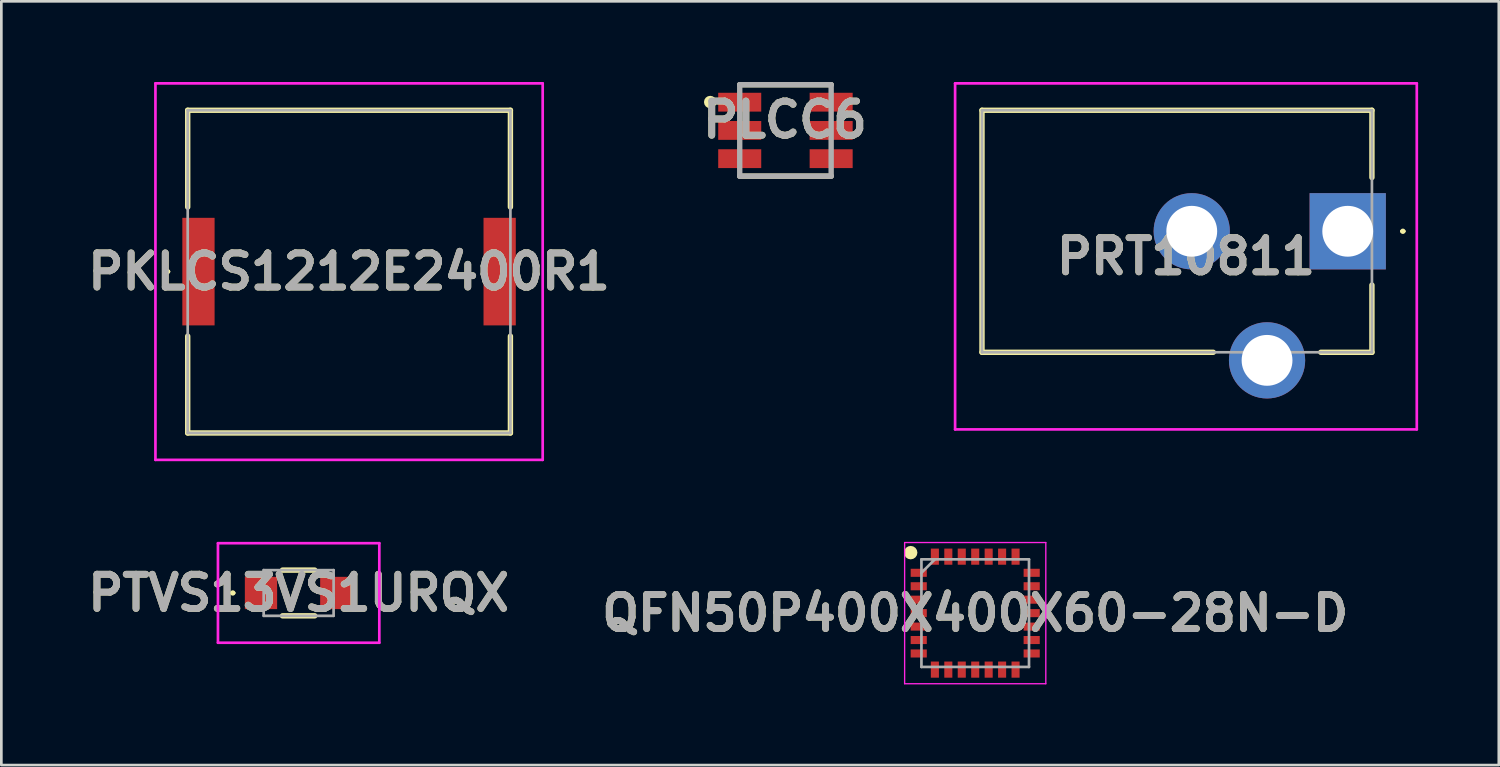
<source format=kicad_pcb>
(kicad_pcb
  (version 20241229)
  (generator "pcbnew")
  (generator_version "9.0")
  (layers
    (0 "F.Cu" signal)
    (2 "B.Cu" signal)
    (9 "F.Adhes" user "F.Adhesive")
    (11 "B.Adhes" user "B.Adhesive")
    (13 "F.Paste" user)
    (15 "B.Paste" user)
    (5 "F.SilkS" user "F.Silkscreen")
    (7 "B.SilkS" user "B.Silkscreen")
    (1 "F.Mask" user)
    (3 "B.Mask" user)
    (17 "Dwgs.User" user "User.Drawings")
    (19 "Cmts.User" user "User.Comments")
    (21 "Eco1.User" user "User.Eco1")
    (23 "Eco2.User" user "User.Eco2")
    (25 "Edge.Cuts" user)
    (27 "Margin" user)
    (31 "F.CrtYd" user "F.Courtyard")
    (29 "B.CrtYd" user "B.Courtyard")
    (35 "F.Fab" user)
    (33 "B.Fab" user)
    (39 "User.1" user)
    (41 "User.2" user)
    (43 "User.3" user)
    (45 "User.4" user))
  (footprint "QFN50P400X400X60-28N-D"
    (layer "F.Cu")
    (at 33.214 19.75)
    (property "Reference" "QFN50P400X400X60-28N-D" (at 0 0 0) (layer "F.SilkS") (effects (font (size 1.27 1.27) (thickness 0.254))))
    (attr smd)
    (fp_circle (center -2.4 -2.25) (end -2.4 -2.125) (stroke (width 0.25) (type solid)) (fill no) (layer "F.SilkS"))
    (fp_line (start -2.625 -2.625) (end 2.625 -2.625) (stroke (width 0.05) (type solid)) (layer "F.CrtYd"))
    (fp_line (start -2.625 2.625) (end -2.625 -2.625) (stroke (width 0.05) (type solid)) (layer "F.CrtYd"))
    (fp_line (start 2.625 -2.625) (end 2.625 2.625) (stroke (width 0.05) (type solid)) (layer "F.CrtYd"))
    (fp_line (start 2.625 2.625) (end -2.625 2.625) (stroke (width 0.05) (type solid)) (layer "F.CrtYd"))
    (fp_line (start -2 -2) (end 2 -2) (stroke (width 0.1) (type solid)) (layer "F.Fab"))
    (fp_line (start -2 -1.5) (end -1.5 -2) (stroke (width 0.1) (type solid)) (layer "F.Fab"))
    (fp_line (start -2 2) (end -2 -2) (stroke (width 0.1) (type solid)) (layer "F.Fab"))
    (fp_line (start 2 -2) (end 2 2) (stroke (width 0.1) (type solid)) (layer "F.Fab"))
    (fp_line (start 2 2) (end -2 2) (stroke (width 0.1) (type solid)) (layer "F.Fab"))
    (fp_text user "${REFERENCE}" (at 0 0 0) (layer "F.Fab") (effects (font (size 1.27 1.27) (thickness 0.254))))
    (pad "1" smd rect (at -2.1 -1.5 90) (size 0.3 0.6) (layers "F.Cu" "F.Mask" "F.Paste"))
    (pad "2" smd rect (at -2.1 -1 90) (size 0.3 0.6) (layers "F.Cu" "F.Mask" "F.Paste"))
    (pad "3" smd rect (at -2.1 -0.5 90) (size 0.3 0.6) (layers "F.Cu" "F.Mask" "F.Paste"))
    (pad "4" smd rect (at -2.1 0 90) (size 0.3 0.6) (layers "F.Cu" "F.Mask" "F.Paste"))
    (pad "5" smd rect (at -2.1 0.5 90) (size 0.3 0.6) (layers "F.Cu" "F.Mask" "F.Paste"))
    (pad "6" smd rect (at -2.1 1 90) (size 0.3 0.6) (layers "F.Cu" "F.Mask" "F.Paste"))
    (pad "7" smd rect (at -2.1 1.5 90) (size 0.3 0.6) (layers "F.Cu" "F.Mask" "F.Paste"))
    (pad "8" smd rect (at -1.5 2.1) (size 0.3 0.6) (layers "F.Cu" "F.Mask" "F.Paste"))
    (pad "9" smd rect (at -1 2.1) (size 0.3 0.6) (layers "F.Cu" "F.Mask" "F.Paste"))
    (pad "10" smd rect (at -0.5 2.1) (size 0.3 0.6) (layers "F.Cu" "F.Mask" "F.Paste"))
    (pad "11" smd rect (at 0 2.1) (size 0.3 0.6) (layers "F.Cu" "F.Mask" "F.Paste"))
    (pad "12" smd rect (at 0.5 2.1) (size 0.3 0.6) (layers "F.Cu" "F.Mask" "F.Paste"))
    (pad "13" smd rect (at 1 2.1) (size 0.3 0.6) (layers "F.Cu" "F.Mask" "F.Paste"))
    (pad "14" smd rect (at 1.5 2.1) (size 0.3 0.6) (layers "F.Cu" "F.Mask" "F.Paste"))
    (pad "15" smd rect (at 2.1 1.5 90) (size 0.3 0.6) (layers "F.Cu" "F.Mask" "F.Paste"))
    (pad "16" smd rect (at 2.1 1 90) (size 0.3 0.6) (layers "F.Cu" "F.Mask" "F.Paste"))
    (pad "17" smd rect (at 2.1 0.5 90) (size 0.3 0.6) (layers "F.Cu" "F.Mask" "F.Paste"))
    (pad "18" smd rect (at 2.1 0 90) (size 0.3 0.6) (layers "F.Cu" "F.Mask" "F.Paste"))
    (pad "19" smd rect (at 2.1 -0.5 90) (size 0.3 0.6) (layers "F.Cu" "F.Mask" "F.Paste"))
    (pad "20" smd rect (at 2.1 -1 90) (size 0.3 0.6) (layers "F.Cu" "F.Mask" "F.Paste"))
    (pad "21" smd rect (at 2.1 -1.5 90) (size 0.3 0.6) (layers "F.Cu" "F.Mask" "F.Paste"))
    (pad "22" smd rect (at 1.5 -2.1) (size 0.3 0.6) (layers "F.Cu" "F.Mask" "F.Paste"))
    (pad "23" smd rect (at 1 -2.1) (size 0.3 0.6) (layers "F.Cu" "F.Mask" "F.Paste"))
    (pad "24" smd rect (at 0.5 -2.1) (size 0.3 0.6) (layers "F.Cu" "F.Mask" "F.Paste"))
    (pad "25" smd rect (at 0 -2.1) (size 0.3 0.6) (layers "F.Cu" "F.Mask" "F.Paste"))
    (pad "26" smd rect (at -0.5 -2.1) (size 0.3 0.6) (layers "F.Cu" "F.Mask" "F.Paste"))
    (pad "27" smd rect (at -1 -2.1) (size 0.3 0.6) (layers "F.Cu" "F.Mask" "F.Paste"))
    (pad "28" smd rect (at -1.5 -2.1) (size 0.3 0.6) (layers "F.Cu" "F.Mask" "F.Paste")))
  (footprint "PRT10811"
    (layer "F.Cu")
    (at 47.066 5.55)
    (property "Reference" "PRT10811" (at -6.016 0.934 0) (layer "F.SilkS") (effects (font (size 1.27 1.27) (thickness 0.254))))
    (attr through_hole)
    (fp_line (start -13.6 -4.5) (end -13.6 4.5) (stroke (width 0.2) (type solid)) (layer "F.SilkS"))
    (fp_line (start -13.6 4.5) (end -5 4.5) (stroke (width 0.2) (type solid)) (layer "F.SilkS"))
    (fp_line (start -1 4.5) (end 0.9 4.5) (stroke (width 0.2) (type solid)) (layer "F.SilkS"))
    (fp_line (start 0.9 -4.5) (end -13.6 -4.5) (stroke (width 0.2) (type solid)) (layer "F.SilkS"))
    (fp_line (start 0.9 -2) (end 0.9 -4.5) (stroke (width 0.2) (type solid)) (layer "F.SilkS"))
    (fp_line (start 0.9 4.5) (end 0.9 2) (stroke (width 0.2) (type solid)) (layer "F.SilkS"))
    (fp_line (start 2 0) (end 2 0) (stroke (width 0.1) (type solid)) (layer "F.SilkS"))
    (fp_line (start 2.1 0) (end 2.1 0) (stroke (width 0.1) (type solid)) (layer "F.SilkS"))
    (fp_arc (start 2 0) (mid 2.05 -0.05) (end 2.1 0) (stroke (width 0.1) (type solid)) (layer "F.SilkS"))
    (fp_arc (start 2.1 0) (mid 2.05 0.05) (end 2 0) (stroke (width 0.1) (type solid)) (layer "F.SilkS"))
    (fp_line (start -14.6 -5.5) (end 2.568 -5.5) (stroke (width 0.1) (type solid)) (layer "F.CrtYd"))
    (fp_line (start -14.6 7.367) (end -14.6 -5.5) (stroke (width 0.1) (type solid)) (layer "F.CrtYd"))
    (fp_line (start 2.568 -5.5) (end 2.568 7.367) (stroke (width 0.1) (type solid)) (layer "F.CrtYd"))
    (fp_line (start 2.568 7.367) (end -14.6 7.367) (stroke (width 0.1) (type solid)) (layer "F.CrtYd"))
    (fp_line (start -13.6 -4.5) (end 0.9 -4.5) (stroke (width 0.1) (type solid)) (layer "F.Fab"))
    (fp_line (start -13.6 4.5) (end -13.6 -4.5) (stroke (width 0.1) (type solid)) (layer "F.Fab"))
    (fp_line (start 0.9 -4.5) (end 0.9 4.5) (stroke (width 0.1) (type solid)) (layer "F.Fab"))
    (fp_line (start 0.9 4.5) (end -13.6 4.5) (stroke (width 0.1) (type solid)) (layer "F.Fab"))
    (fp_text user "${REFERENCE}" (at -6.016 0.934 0) (layer "F.Fab") (effects (font (size 1.27 1.27) (thickness 0.254))))
    (pad "1" thru_hole rect (at 0 0) (size 2.835 2.835) (drill 1.89) (layers "*.Cu" "*.Mask"))
    (pad "2" thru_hole circle (at -5.8 0) (size 2.835 2.835) (drill 1.89) (layers "*.Cu" "*.Mask"))
    (pad "3" thru_hole circle (at -3 4.8) (size 2.835 2.835) (drill 1.89) (layers "*.Cu" "*.Mask")))
  (footprint "PTVS13VS1URQX"
    (layer "F.Cu")
    (at 8.055 19)
    (property "Reference" "PTVS13VS1URQX" (at 0 0 0) (layer "F.SilkS") (effects (font (size 1.27 1.27) (thickness 0.254))))
    (attr smd)
    (fp_line (start -2.5 0) (end -2.5 0) (stroke (width 0.1) (type solid)) (layer "F.SilkS"))
    (fp_line (start -2.4 0) (end -2.4 0) (stroke (width 0.1) (type solid)) (layer "F.SilkS"))
    (fp_line (start -0.6 -0.85) (end 0.6 -0.85) (stroke (width 0.2) (type solid)) (layer "F.SilkS"))
    (fp_line (start 0.6 0.85) (end -0.6 0.85) (stroke (width 0.2) (type solid)) (layer "F.SilkS"))
    (fp_arc (start -2.5 0) (mid -2.45 -0.05) (end -2.4 0) (stroke (width 0.1) (type solid)) (layer "F.SilkS"))
    (fp_arc (start -2.4 0) (mid -2.45 0.05) (end -2.5 0) (stroke (width 0.1) (type solid)) (layer "F.SilkS"))
    (fp_line (start -3 -1.85) (end 3 -1.85) (stroke (width 0.1) (type solid)) (layer "F.CrtYd"))
    (fp_line (start -3 1.85) (end -3 -1.85) (stroke (width 0.1) (type solid)) (layer "F.CrtYd"))
    (fp_line (start 3 -1.85) (end 3 1.85) (stroke (width 0.1) (type solid)) (layer "F.CrtYd"))
    (fp_line (start 3 1.85) (end -3 1.85) (stroke (width 0.1) (type solid)) (layer "F.CrtYd"))
    (fp_line (start -1.3 -0.85) (end 1.3 -0.85) (stroke (width 0.1) (type solid)) (layer "F.Fab"))
    (fp_line (start -1.3 0.85) (end -1.3 -0.85) (stroke (width 0.1) (type solid)) (layer "F.Fab"))
    (fp_line (start 1.3 -0.85) (end 1.3 0.85) (stroke (width 0.1) (type solid)) (layer "F.Fab"))
    (fp_line (start 1.3 0.85) (end -1.3 0.85) (stroke (width 0.1) (type solid)) (layer "F.Fab"))
    (fp_text user "${REFERENCE}" (at 0 0 0) (layer "F.Fab") (effects (font (size 1.27 1.27) (thickness 0.254))))
    (pad "1" smd rect (at -1.4 0 90) (size 1.2 1.2) (layers "F.Cu" "F.Mask" "F.Paste"))
    (pad "2" smd rect (at 1.4 0 90) (size 1.2 1.2) (layers "F.Cu" "F.Mask" "F.Paste")))
  (footprint "PKLCS1212E2400R1"
    (layer "F.Cu")
    (at 9.93 7.05)
    (property "Reference" "PKLCS1212E2400R1" (at 0 0 0) (layer "F.SilkS") (effects (font (size 1.27 1.27) (thickness 0.254))))
    (attr smd)
    (fp_line (start -6.8 0) (end -6.8 0) (stroke (width 0.1) (type solid)) (layer "F.SilkS"))
    (fp_line (start -6.7 0) (end -6.7 0) (stroke (width 0.1) (type solid)) (layer "F.SilkS"))
    (fp_line (start -6 -6) (end 6 -6) (stroke (width 0.2) (type solid)) (layer "F.SilkS"))
    (fp_line (start -6 -2.4) (end -6 -6) (stroke (width 0.2) (type solid)) (layer "F.SilkS"))
    (fp_line (start -6 6) (end -6 2.4) (stroke (width 0.2) (type solid)) (layer "F.SilkS"))
    (fp_line (start 6 -6) (end 6 -2.4) (stroke (width 0.2) (type solid)) (layer "F.SilkS"))
    (fp_line (start 6 2.4) (end 6 6) (stroke (width 0.2) (type solid)) (layer "F.SilkS"))
    (fp_line (start 6 6) (end -6 6) (stroke (width 0.2) (type solid)) (layer "F.SilkS"))
    (fp_arc (start -6.8 0) (mid -6.75 -0.05) (end -6.7 0) (stroke (width 0.1) (type solid)) (layer "F.SilkS"))
    (fp_arc (start -6.7 0) (mid -6.75 0.05) (end -6.8 0) (stroke (width 0.1) (type solid)) (layer "F.SilkS"))
    (fp_line (start -7.2 -7) (end 7.2 -7) (stroke (width 0.1) (type solid)) (layer "F.CrtYd"))
    (fp_line (start -7.2 7) (end -7.2 -7) (stroke (width 0.1) (type solid)) (layer "F.CrtYd"))
    (fp_line (start 7.2 -7) (end 7.2 7) (stroke (width 0.1) (type solid)) (layer "F.CrtYd"))
    (fp_line (start 7.2 7) (end -7.2 7) (stroke (width 0.1) (type solid)) (layer "F.CrtYd"))
    (fp_line (start -6 -6) (end 6 -6) (stroke (width 0.1) (type solid)) (layer "F.Fab"))
    (fp_line (start -6 6) (end -6 -6) (stroke (width 0.1) (type solid)) (layer "F.Fab"))
    (fp_line (start 6 -6) (end 6 6) (stroke (width 0.1) (type solid)) (layer "F.Fab"))
    (fp_line (start 6 6) (end -6 6) (stroke (width 0.1) (type solid)) (layer "F.Fab"))
    (fp_text user "${REFERENCE}" (at 0 0 0) (layer "F.Fab") (effects (font (size 1.27 1.27) (thickness 0.254))))
    (pad "1" smd rect (at -5.6 0) (size 1.2 4) (layers "F.Cu" "F.Mask" "F.Paste"))
    (pad "2" smd rect (at 5.6 0) (size 1.2 4) (layers "F.Cu" "F.Mask" "F.Paste")))
  (footprint "PLCC6"
    (layer "F.Cu")
    (at 26.157 1.8)
    (property "Reference" "PLCC6" (at -0.019 -0.396 0) (layer "F.SilkS") (effects (font (size 1.27 1.27) (thickness 0.254))))
    (attr smd)
    (fp_line (start -1.7 -1.7) (end 1.7 -1.7) (stroke (width 0.2) (type solid)) (layer "F.SilkS"))
    (fp_line (start 1.7 1.7) (end -1.7 1.7) (stroke (width 0.2) (type solid)) (layer "F.SilkS"))
    (fp_circle (center -2.797 -1.055) (end -2.797 -1.023) (stroke (width 0.2) (type solid)) (fill no) (layer "F.SilkS"))
    (fp_line (start -1.7 -1.7) (end 1.7 -1.7) (stroke (width 0.2) (type solid)) (layer "F.Fab"))
    (fp_line (start -1.7 1.7) (end -1.7 -1.7) (stroke (width 0.2) (type solid)) (layer "F.Fab"))
    (fp_line (start 1.7 -1.7) (end 1.7 1.7) (stroke (width 0.2) (type solid)) (layer "F.Fab"))
    (fp_line (start 1.7 1.7) (end -1.7 1.7) (stroke (width 0.2) (type solid)) (layer "F.Fab"))
    (fp_text user "${REFERENCE}" (at -0.019 -0.396 0) (layer "F.Fab") (effects (font (size 1.27 1.27) (thickness 0.254))))
    (pad "1" smd rect (at -1.7 -1.05 90) (size 0.7 1.6) (layers "F.Cu" "F.Mask" "F.Paste"))
    (pad "2" smd rect (at -1.7 0 90) (size 0.7 1.6) (layers "F.Cu" "F.Mask" "F.Paste"))
    (pad "3" smd rect (at -1.7 1.05 90) (size 0.7 1.6) (layers "F.Cu" "F.Mask" "F.Paste"))
    (pad "4" smd rect (at 1.7 1.05 90) (size 0.7 1.6) (layers "F.Cu" "F.Mask" "F.Paste"))
    (pad "5" smd rect (at 1.7 0 90) (size 0.7 1.6) (layers "F.Cu" "F.Mask" "F.Paste"))
    (pad "6" smd rect (at 1.7 -1.05 90) (size 0.7 1.6) (layers "F.Cu" "F.Mask" "F.Paste")))
  (gr_rect
    (start -3 -3)
    (end 52.684 25.4)
    (stroke (width 0.1) (type default))
    (fill no)
    (layer "Edge.Cuts")))
</source>
